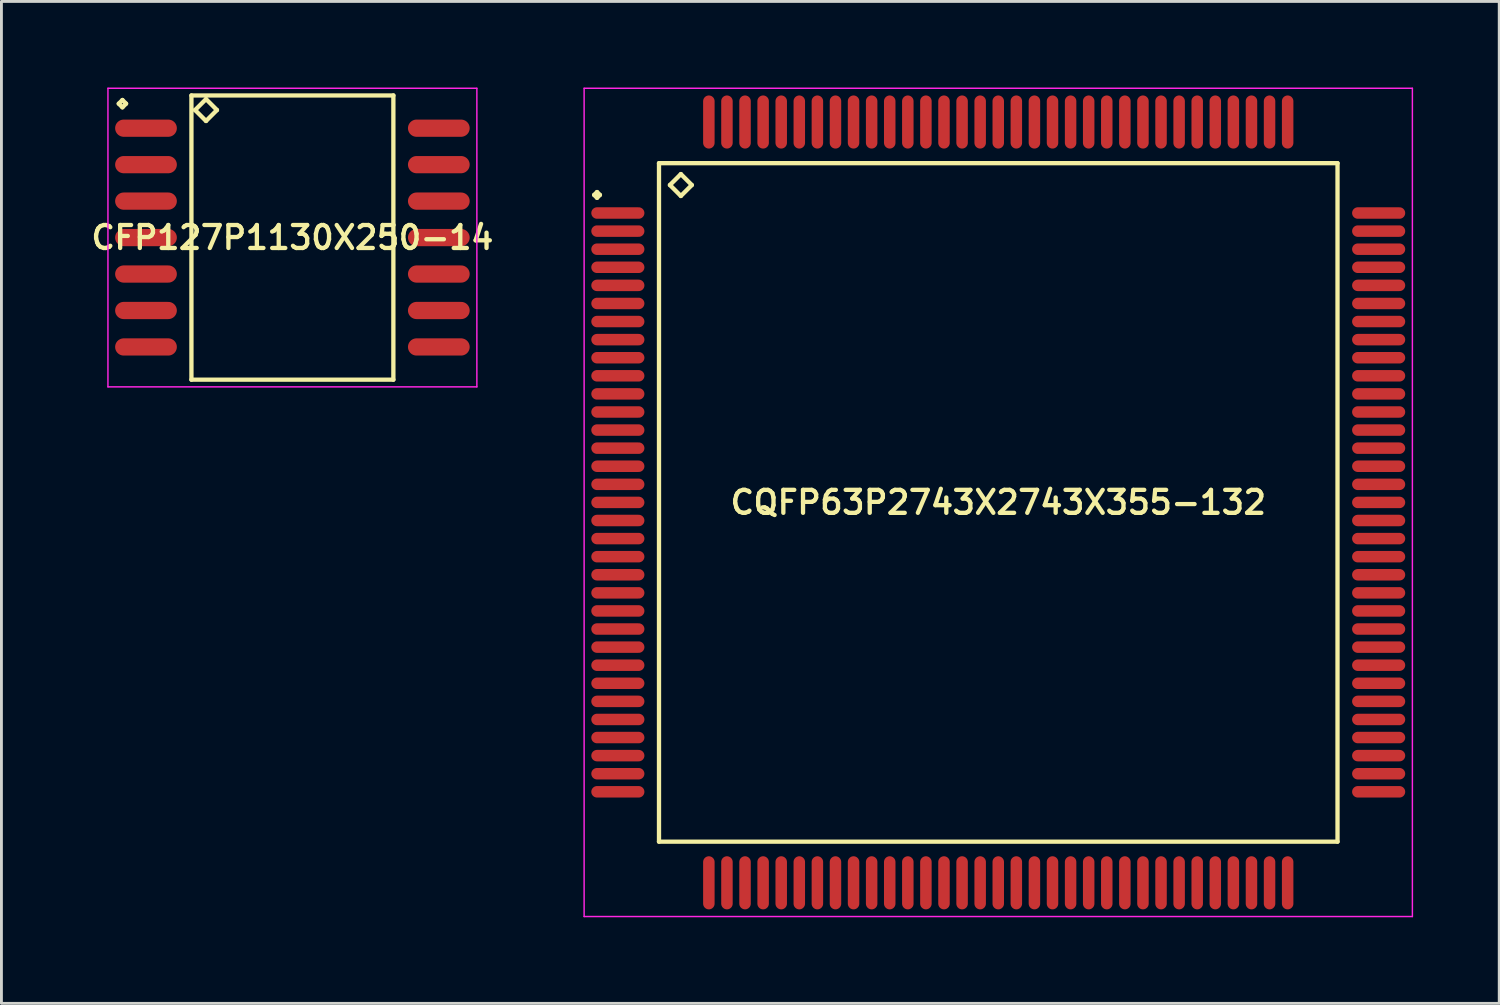
<source format=kicad_pcb>
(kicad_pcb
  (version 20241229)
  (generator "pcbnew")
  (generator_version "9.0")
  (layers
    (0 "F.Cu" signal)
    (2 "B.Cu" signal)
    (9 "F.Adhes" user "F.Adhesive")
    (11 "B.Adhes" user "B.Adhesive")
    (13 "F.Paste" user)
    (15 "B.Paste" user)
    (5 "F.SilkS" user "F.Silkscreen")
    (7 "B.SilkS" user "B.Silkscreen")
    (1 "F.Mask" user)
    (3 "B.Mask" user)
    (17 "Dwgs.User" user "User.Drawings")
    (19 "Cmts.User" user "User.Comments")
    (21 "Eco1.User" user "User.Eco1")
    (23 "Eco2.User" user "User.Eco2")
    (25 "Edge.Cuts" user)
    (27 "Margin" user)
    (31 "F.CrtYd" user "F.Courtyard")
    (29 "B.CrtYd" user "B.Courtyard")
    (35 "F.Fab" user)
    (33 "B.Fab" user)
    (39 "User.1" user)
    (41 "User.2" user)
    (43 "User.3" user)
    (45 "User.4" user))
  (footprint "CQFP63P2743X2743X355-132"
    (layer "F.Cu")
    (at 31.721 14.45)
    (property "Reference" "CQFP63P2743X2743X355-132" (at 0 0 0) (layer "F.SilkS") (effects (font (size 0.8 0.8) (thickness 0.15))))
    (attr smd)
    (fp_line (start -14.075 -10.71) (end -13.975 -10.81) (stroke (width 0.15) (type solid)) (layer "F.SilkS"))
    (fp_line (start -13.975 -10.81) (end -13.875 -10.71) (stroke (width 0.15) (type solid)) (layer "F.SilkS"))
    (fp_line (start -13.975 -10.61) (end -14.075 -10.71) (stroke (width 0.15) (type solid)) (layer "F.SilkS"))
    (fp_line (start -13.875 -10.71) (end -13.975 -10.61) (stroke (width 0.15) (type solid)) (layer "F.SilkS"))
    (fp_line (start -11.817 -11.817) (end -11.817 11.817) (stroke (width 0.15) (type solid)) (layer "F.SilkS"))
    (fp_line (start -11.817 11.817) (end 11.817 11.817) (stroke (width 0.15) (type solid)) (layer "F.SilkS"))
    (fp_line (start -11.436 -11.055) (end -11.055 -11.436) (stroke (width 0.15) (type solid)) (layer "F.SilkS"))
    (fp_line (start -11.055 -11.436) (end -10.674 -11.055) (stroke (width 0.15) (type solid)) (layer "F.SilkS"))
    (fp_line (start -11.055 -10.674) (end -11.436 -11.055) (stroke (width 0.15) (type solid)) (layer "F.SilkS"))
    (fp_line (start -10.674 -11.055) (end -11.055 -10.674) (stroke (width 0.15) (type solid)) (layer "F.SilkS"))
    (fp_line (start 11.817 -11.817) (end -11.817 -11.817) (stroke (width 0.15) (type solid)) (layer "F.SilkS"))
    (fp_line (start 11.817 11.817) (end 11.817 -11.817) (stroke (width 0.15) (type solid)) (layer "F.SilkS"))
    (fp_line (start -14.425 -14.425) (end 14.425 -14.425) (stroke (width 0.05) (type solid)) (layer "F.CrtYd"))
    (fp_line (start -14.425 14.425) (end -14.425 -14.425) (stroke (width 0.05) (type solid)) (layer "F.CrtYd"))
    (fp_line (start 14.425 -14.425) (end 14.425 14.425) (stroke (width 0.05) (type solid)) (layer "F.CrtYd"))
    (fp_line (start 14.425 14.425) (end -14.425 14.425) (stroke (width 0.05) (type solid)) (layer "F.CrtYd"))
    (pad "1" smd oval (at -13.25 -10.08) (size 1.85 0.4) (layers "F.Cu" "F.Mask" "F.Paste"))
    (pad "2" smd oval (at -13.25 -9.45) (size 1.85 0.4) (layers "F.Cu" "F.Mask" "F.Paste"))
    (pad "3" smd oval (at -13.25 -8.82) (size 1.85 0.4) (layers "F.Cu" "F.Mask" "F.Paste"))
    (pad "4" smd oval (at -13.25 -8.19) (size 1.85 0.4) (layers "F.Cu" "F.Mask" "F.Paste"))
    (pad "5" smd oval (at -13.25 -7.56) (size 1.85 0.4) (layers "F.Cu" "F.Mask" "F.Paste"))
    (pad "6" smd oval (at -13.25 -6.93) (size 1.85 0.4) (layers "F.Cu" "F.Mask" "F.Paste"))
    (pad "7" smd oval (at -13.25 -6.3) (size 1.85 0.4) (layers "F.Cu" "F.Mask" "F.Paste"))
    (pad "8" smd oval (at -13.25 -5.67) (size 1.85 0.4) (layers "F.Cu" "F.Mask" "F.Paste"))
    (pad "9" smd oval (at -13.25 -5.04) (size 1.85 0.4) (layers "F.Cu" "F.Mask" "F.Paste"))
    (pad "10" smd oval (at -13.25 -4.41) (size 1.85 0.4) (layers "F.Cu" "F.Mask" "F.Paste"))
    (pad "11" smd oval (at -13.25 -3.78) (size 1.85 0.4) (layers "F.Cu" "F.Mask" "F.Paste"))
    (pad "12" smd oval (at -13.25 -3.15) (size 1.85 0.4) (layers "F.Cu" "F.Mask" "F.Paste"))
    (pad "13" smd oval (at -13.25 -2.52) (size 1.85 0.4) (layers "F.Cu" "F.Mask" "F.Paste"))
    (pad "14" smd oval (at -13.25 -1.89) (size 1.85 0.4) (layers "F.Cu" "F.Mask" "F.Paste"))
    (pad "15" smd oval (at -13.25 -1.26) (size 1.85 0.4) (layers "F.Cu" "F.Mask" "F.Paste"))
    (pad "16" smd oval (at -13.25 -0.63) (size 1.85 0.4) (layers "F.Cu" "F.Mask" "F.Paste"))
    (pad "17" smd oval (at -13.25 0) (size 1.85 0.4) (layers "F.Cu" "F.Mask" "F.Paste"))
    (pad "18" smd oval (at -13.25 0.63) (size 1.85 0.4) (layers "F.Cu" "F.Mask" "F.Paste"))
    (pad "19" smd oval (at -13.25 1.26) (size 1.85 0.4) (layers "F.Cu" "F.Mask" "F.Paste"))
    (pad "20" smd oval (at -13.25 1.89) (size 1.85 0.4) (layers "F.Cu" "F.Mask" "F.Paste"))
    (pad "21" smd oval (at -13.25 2.52) (size 1.85 0.4) (layers "F.Cu" "F.Mask" "F.Paste"))
    (pad "22" smd oval (at -13.25 3.15) (size 1.85 0.4) (layers "F.Cu" "F.Mask" "F.Paste"))
    (pad "23" smd oval (at -13.25 3.78) (size 1.85 0.4) (layers "F.Cu" "F.Mask" "F.Paste"))
    (pad "24" smd oval (at -13.25 4.41) (size 1.85 0.4) (layers "F.Cu" "F.Mask" "F.Paste"))
    (pad "25" smd oval (at -13.25 5.04) (size 1.85 0.4) (layers "F.Cu" "F.Mask" "F.Paste"))
    (pad "26" smd oval (at -13.25 5.67) (size 1.85 0.4) (layers "F.Cu" "F.Mask" "F.Paste"))
    (pad "27" smd oval (at -13.25 6.3) (size 1.85 0.4) (layers "F.Cu" "F.Mask" "F.Paste"))
    (pad "28" smd oval (at -13.25 6.93) (size 1.85 0.4) (layers "F.Cu" "F.Mask" "F.Paste"))
    (pad "29" smd oval (at -13.25 7.56) (size 1.85 0.4) (layers "F.Cu" "F.Mask" "F.Paste"))
    (pad "30" smd oval (at -13.25 8.19) (size 1.85 0.4) (layers "F.Cu" "F.Mask" "F.Paste"))
    (pad "31" smd oval (at -13.25 8.82) (size 1.85 0.4) (layers "F.Cu" "F.Mask" "F.Paste"))
    (pad "32" smd oval (at -13.25 9.45) (size 1.85 0.4) (layers "F.Cu" "F.Mask" "F.Paste"))
    (pad "33" smd oval (at -13.25 10.08) (size 1.85 0.4) (layers "F.Cu" "F.Mask" "F.Paste"))
    (pad "34" smd oval (at -10.08 13.25) (size 0.4 1.85) (layers "F.Cu" "F.Mask" "F.Paste"))
    (pad "35" smd oval (at -9.45 13.25) (size 0.4 1.85) (layers "F.Cu" "F.Mask" "F.Paste"))
    (pad "36" smd oval (at -8.82 13.25) (size 0.4 1.85) (layers "F.Cu" "F.Mask" "F.Paste"))
    (pad "37" smd oval (at -8.19 13.25) (size 0.4 1.85) (layers "F.Cu" "F.Mask" "F.Paste"))
    (pad "38" smd oval (at -7.56 13.25) (size 0.4 1.85) (layers "F.Cu" "F.Mask" "F.Paste"))
    (pad "39" smd oval (at -6.93 13.25) (size 0.4 1.85) (layers "F.Cu" "F.Mask" "F.Paste"))
    (pad "40" smd oval (at -6.3 13.25) (size 0.4 1.85) (layers "F.Cu" "F.Mask" "F.Paste"))
    (pad "41" smd oval (at -5.67 13.25) (size 0.4 1.85) (layers "F.Cu" "F.Mask" "F.Paste"))
    (pad "42" smd oval (at -5.04 13.25) (size 0.4 1.85) (layers "F.Cu" "F.Mask" "F.Paste"))
    (pad "43" smd oval (at -4.41 13.25) (size 0.4 1.85) (layers "F.Cu" "F.Mask" "F.Paste"))
    (pad "44" smd oval (at -3.78 13.25) (size 0.4 1.85) (layers "F.Cu" "F.Mask" "F.Paste"))
    (pad "45" smd oval (at -3.15 13.25) (size 0.4 1.85) (layers "F.Cu" "F.Mask" "F.Paste"))
    (pad "46" smd oval (at -2.52 13.25) (size 0.4 1.85) (layers "F.Cu" "F.Mask" "F.Paste"))
    (pad "47" smd oval (at -1.89 13.25) (size 0.4 1.85) (layers "F.Cu" "F.Mask" "F.Paste"))
    (pad "48" smd oval (at -1.26 13.25) (size 0.4 1.85) (layers "F.Cu" "F.Mask" "F.Paste"))
    (pad "49" smd oval (at -0.63 13.25) (size 0.4 1.85) (layers "F.Cu" "F.Mask" "F.Paste"))
    (pad "50" smd oval (at 0 13.25) (size 0.4 1.85) (layers "F.Cu" "F.Mask" "F.Paste"))
    (pad "51" smd oval (at 0.63 13.25) (size 0.4 1.85) (layers "F.Cu" "F.Mask" "F.Paste"))
    (pad "52" smd oval (at 1.26 13.25) (size 0.4 1.85) (layers "F.Cu" "F.Mask" "F.Paste"))
    (pad "53" smd oval (at 1.89 13.25) (size 0.4 1.85) (layers "F.Cu" "F.Mask" "F.Paste"))
    (pad "54" smd oval (at 2.52 13.25) (size 0.4 1.85) (layers "F.Cu" "F.Mask" "F.Paste"))
    (pad "55" smd oval (at 3.15 13.25) (size 0.4 1.85) (layers "F.Cu" "F.Mask" "F.Paste"))
    (pad "56" smd oval (at 3.78 13.25) (size 0.4 1.85) (layers "F.Cu" "F.Mask" "F.Paste"))
    (pad "57" smd oval (at 4.41 13.25) (size 0.4 1.85) (layers "F.Cu" "F.Mask" "F.Paste"))
    (pad "58" smd oval (at 5.04 13.25) (size 0.4 1.85) (layers "F.Cu" "F.Mask" "F.Paste"))
    (pad "59" smd oval (at 5.67 13.25) (size 0.4 1.85) (layers "F.Cu" "F.Mask" "F.Paste"))
    (pad "60" smd oval (at 6.3 13.25) (size 0.4 1.85) (layers "F.Cu" "F.Mask" "F.Paste"))
    (pad "61" smd oval (at 6.93 13.25) (size 0.4 1.85) (layers "F.Cu" "F.Mask" "F.Paste"))
    (pad "62" smd oval (at 7.56 13.25) (size 0.4 1.85) (layers "F.Cu" "F.Mask" "F.Paste"))
    (pad "63" smd oval (at 8.19 13.25) (size 0.4 1.85) (layers "F.Cu" "F.Mask" "F.Paste"))
    (pad "64" smd oval (at 8.82 13.25) (size 0.4 1.85) (layers "F.Cu" "F.Mask" "F.Paste"))
    (pad "65" smd oval (at 9.45 13.25) (size 0.4 1.85) (layers "F.Cu" "F.Mask" "F.Paste"))
    (pad "66" smd oval (at 10.08 13.25) (size 0.4 1.85) (layers "F.Cu" "F.Mask" "F.Paste"))
    (pad "67" smd oval (at 13.25 10.08) (size 1.85 0.4) (layers "F.Cu" "F.Mask" "F.Paste"))
    (pad "68" smd oval (at 13.25 9.45) (size 1.85 0.4) (layers "F.Cu" "F.Mask" "F.Paste"))
    (pad "69" smd oval (at 13.25 8.82) (size 1.85 0.4) (layers "F.Cu" "F.Mask" "F.Paste"))
    (pad "70" smd oval (at 13.25 8.19) (size 1.85 0.4) (layers "F.Cu" "F.Mask" "F.Paste"))
    (pad "71" smd oval (at 13.25 7.56) (size 1.85 0.4) (layers "F.Cu" "F.Mask" "F.Paste"))
    (pad "72" smd oval (at 13.25 6.93) (size 1.85 0.4) (layers "F.Cu" "F.Mask" "F.Paste"))
    (pad "73" smd oval (at 13.25 6.3) (size 1.85 0.4) (layers "F.Cu" "F.Mask" "F.Paste"))
    (pad "74" smd oval (at 13.25 5.67) (size 1.85 0.4) (layers "F.Cu" "F.Mask" "F.Paste"))
    (pad "75" smd oval (at 13.25 5.04) (size 1.85 0.4) (layers "F.Cu" "F.Mask" "F.Paste"))
    (pad "76" smd oval (at 13.25 4.41) (size 1.85 0.4) (layers "F.Cu" "F.Mask" "F.Paste"))
    (pad "77" smd oval (at 13.25 3.78) (size 1.85 0.4) (layers "F.Cu" "F.Mask" "F.Paste"))
    (pad "78" smd oval (at 13.25 3.15) (size 1.85 0.4) (layers "F.Cu" "F.Mask" "F.Paste"))
    (pad "79" smd oval (at 13.25 2.52) (size 1.85 0.4) (layers "F.Cu" "F.Mask" "F.Paste"))
    (pad "80" smd oval (at 13.25 1.89) (size 1.85 0.4) (layers "F.Cu" "F.Mask" "F.Paste"))
    (pad "81" smd oval (at 13.25 1.26) (size 1.85 0.4) (layers "F.Cu" "F.Mask" "F.Paste"))
    (pad "82" smd oval (at 13.25 0.63) (size 1.85 0.4) (layers "F.Cu" "F.Mask" "F.Paste"))
    (pad "83" smd oval (at 13.25 0) (size 1.85 0.4) (layers "F.Cu" "F.Mask" "F.Paste"))
    (pad "84" smd oval (at 13.25 -0.63) (size 1.85 0.4) (layers "F.Cu" "F.Mask" "F.Paste"))
    (pad "85" smd oval (at 13.25 -1.26) (size 1.85 0.4) (layers "F.Cu" "F.Mask" "F.Paste"))
    (pad "86" smd oval (at 13.25 -1.89) (size 1.85 0.4) (layers "F.Cu" "F.Mask" "F.Paste"))
    (pad "87" smd oval (at 13.25 -2.52) (size 1.85 0.4) (layers "F.Cu" "F.Mask" "F.Paste"))
    (pad "88" smd oval (at 13.25 -3.15) (size 1.85 0.4) (layers "F.Cu" "F.Mask" "F.Paste"))
    (pad "89" smd oval (at 13.25 -3.78) (size 1.85 0.4) (layers "F.Cu" "F.Mask" "F.Paste"))
    (pad "90" smd oval (at 13.25 -4.41) (size 1.85 0.4) (layers "F.Cu" "F.Mask" "F.Paste"))
    (pad "91" smd oval (at 13.25 -5.04) (size 1.85 0.4) (layers "F.Cu" "F.Mask" "F.Paste"))
    (pad "92" smd oval (at 13.25 -5.67) (size 1.85 0.4) (layers "F.Cu" "F.Mask" "F.Paste"))
    (pad "93" smd oval (at 13.25 -6.3) (size 1.85 0.4) (layers "F.Cu" "F.Mask" "F.Paste"))
    (pad "94" smd oval (at 13.25 -6.93) (size 1.85 0.4) (layers "F.Cu" "F.Mask" "F.Paste"))
    (pad "95" smd oval (at 13.25 -7.56) (size 1.85 0.4) (layers "F.Cu" "F.Mask" "F.Paste"))
    (pad "96" smd oval (at 13.25 -8.19) (size 1.85 0.4) (layers "F.Cu" "F.Mask" "F.Paste"))
    (pad "97" smd oval (at 13.25 -8.82) (size 1.85 0.4) (layers "F.Cu" "F.Mask" "F.Paste"))
    (pad "98" smd oval (at 13.25 -9.45) (size 1.85 0.4) (layers "F.Cu" "F.Mask" "F.Paste"))
    (pad "99" smd oval (at 13.25 -10.08) (size 1.85 0.4) (layers "F.Cu" "F.Mask" "F.Paste"))
    (pad "100" smd oval (at 10.08 -13.25) (size 0.4 1.85) (layers "F.Cu" "F.Mask" "F.Paste"))
    (pad "101" smd oval (at 9.45 -13.25) (size 0.4 1.85) (layers "F.Cu" "F.Mask" "F.Paste"))
    (pad "102" smd oval (at 8.82 -13.25) (size 0.4 1.85) (layers "F.Cu" "F.Mask" "F.Paste"))
    (pad "103" smd oval (at 8.19 -13.25) (size 0.4 1.85) (layers "F.Cu" "F.Mask" "F.Paste"))
    (pad "104" smd oval (at 7.56 -13.25) (size 0.4 1.85) (layers "F.Cu" "F.Mask" "F.Paste"))
    (pad "105" smd oval (at 6.93 -13.25) (size 0.4 1.85) (layers "F.Cu" "F.Mask" "F.Paste"))
    (pad "106" smd oval (at 6.3 -13.25) (size 0.4 1.85) (layers "F.Cu" "F.Mask" "F.Paste"))
    (pad "107" smd oval (at 5.67 -13.25) (size 0.4 1.85) (layers "F.Cu" "F.Mask" "F.Paste"))
    (pad "108" smd oval (at 5.04 -13.25) (size 0.4 1.85) (layers "F.Cu" "F.Mask" "F.Paste"))
    (pad "109" smd oval (at 4.41 -13.25) (size 0.4 1.85) (layers "F.Cu" "F.Mask" "F.Paste"))
    (pad "110" smd oval (at 3.78 -13.25) (size 0.4 1.85) (layers "F.Cu" "F.Mask" "F.Paste"))
    (pad "111" smd oval (at 3.15 -13.25) (size 0.4 1.85) (layers "F.Cu" "F.Mask" "F.Paste"))
    (pad "112" smd oval (at 2.52 -13.25) (size 0.4 1.85) (layers "F.Cu" "F.Mask" "F.Paste"))
    (pad "113" smd oval (at 1.89 -13.25) (size 0.4 1.85) (layers "F.Cu" "F.Mask" "F.Paste"))
    (pad "114" smd oval (at 1.26 -13.25) (size 0.4 1.85) (layers "F.Cu" "F.Mask" "F.Paste"))
    (pad "115" smd oval (at 0.63 -13.25) (size 0.4 1.85) (layers "F.Cu" "F.Mask" "F.Paste"))
    (pad "116" smd oval (at 0 -13.25) (size 0.4 1.85) (layers "F.Cu" "F.Mask" "F.Paste"))
    (pad "117" smd oval (at -0.63 -13.25) (size 0.4 1.85) (layers "F.Cu" "F.Mask" "F.Paste"))
    (pad "118" smd oval (at -1.26 -13.25) (size 0.4 1.85) (layers "F.Cu" "F.Mask" "F.Paste"))
    (pad "119" smd oval (at -1.89 -13.25) (size 0.4 1.85) (layers "F.Cu" "F.Mask" "F.Paste"))
    (pad "120" smd oval (at -2.52 -13.25) (size 0.4 1.85) (layers "F.Cu" "F.Mask" "F.Paste"))
    (pad "121" smd oval (at -3.15 -13.25) (size 0.4 1.85) (layers "F.Cu" "F.Mask" "F.Paste"))
    (pad "122" smd oval (at -3.78 -13.25) (size 0.4 1.85) (layers "F.Cu" "F.Mask" "F.Paste"))
    (pad "123" smd oval (at -4.41 -13.25) (size 0.4 1.85) (layers "F.Cu" "F.Mask" "F.Paste"))
    (pad "124" smd oval (at -5.04 -13.25) (size 0.4 1.85) (layers "F.Cu" "F.Mask" "F.Paste"))
    (pad "125" smd oval (at -5.67 -13.25) (size 0.4 1.85) (layers "F.Cu" "F.Mask" "F.Paste"))
    (pad "126" smd oval (at -6.3 -13.25) (size 0.4 1.85) (layers "F.Cu" "F.Mask" "F.Paste"))
    (pad "127" smd oval (at -6.93 -13.25) (size 0.4 1.85) (layers "F.Cu" "F.Mask" "F.Paste"))
    (pad "128" smd oval (at -7.56 -13.25) (size 0.4 1.85) (layers "F.Cu" "F.Mask" "F.Paste"))
    (pad "129" smd oval (at -8.19 -13.25) (size 0.4 1.85) (layers "F.Cu" "F.Mask" "F.Paste"))
    (pad "130" smd oval (at -8.82 -13.25) (size 0.4 1.85) (layers "F.Cu" "F.Mask" "F.Paste"))
    (pad "131" smd oval (at -9.45 -13.25) (size 0.4 1.85) (layers "F.Cu" "F.Mask" "F.Paste"))
    (pad "132" smd oval (at -10.08 -13.25) (size 0.4 1.85) (layers "F.Cu" "F.Mask" "F.Paste")))
  (footprint "CFP127P1130X250-14"
    (layer "F.Cu")
    (at 7.135 5.225)
    (property "Reference" "CFP127P1130X250-14" (at 0 0 0) (layer "F.SilkS") (effects (font (size 0.8 0.8) (thickness 0.15))))
    (attr smd)
    (fp_line (start -6.048 -4.664) (end -5.921 -4.791) (stroke (width 0.15) (type solid)) (layer "F.SilkS"))
    (fp_line (start -5.921 -4.791) (end -5.794 -4.664) (stroke (width 0.15) (type solid)) (layer "F.SilkS"))
    (fp_line (start -5.921 -4.537) (end -6.048 -4.664) (stroke (width 0.15) (type solid)) (layer "F.SilkS"))
    (fp_line (start -5.794 -4.664) (end -5.921 -4.537) (stroke (width 0.15) (type solid)) (layer "F.SilkS"))
    (fp_line (start -3.517 -4.95) (end -3.517 4.95) (stroke (width 0.15) (type solid)) (layer "F.SilkS"))
    (fp_line (start -3.517 4.95) (end 3.517 4.95) (stroke (width 0.15) (type solid)) (layer "F.SilkS"))
    (fp_line (start -3.39 -4.442) (end -3.009 -4.823) (stroke (width 0.15) (type solid)) (layer "F.SilkS"))
    (fp_line (start -3.009 -4.823) (end -2.628 -4.442) (stroke (width 0.15) (type solid)) (layer "F.SilkS"))
    (fp_line (start -3.009 -4.061) (end -3.39 -4.442) (stroke (width 0.15) (type solid)) (layer "F.SilkS"))
    (fp_line (start -2.628 -4.442) (end -3.009 -4.061) (stroke (width 0.15) (type solid)) (layer "F.SilkS"))
    (fp_line (start 3.517 -4.95) (end -3.517 -4.95) (stroke (width 0.15) (type solid)) (layer "F.SilkS"))
    (fp_line (start 3.517 4.95) (end 3.517 -4.95) (stroke (width 0.15) (type solid)) (layer "F.SilkS"))
    (fp_line (start -6.425 -5.2) (end 6.425 -5.2) (stroke (width 0.05) (type solid)) (layer "F.CrtYd"))
    (fp_line (start -6.425 5.2) (end -6.425 -5.2) (stroke (width 0.05) (type solid)) (layer "F.CrtYd"))
    (fp_line (start 6.425 -5.2) (end 6.425 5.2) (stroke (width 0.05) (type solid)) (layer "F.CrtYd"))
    (fp_line (start 6.425 5.2) (end -6.425 5.2) (stroke (width 0.05) (type solid)) (layer "F.CrtYd"))
    (pad "1" smd oval (at -5.1 -3.81) (size 2.15 0.6) (layers "F.Cu" "F.Mask" "F.Paste"))
    (pad "2" smd oval (at -5.1 -2.54) (size 2.15 0.6) (layers "F.Cu" "F.Mask" "F.Paste"))
    (pad "3" smd oval (at -5.1 -1.27) (size 2.15 0.6) (layers "F.Cu" "F.Mask" "F.Paste"))
    (pad "4" smd oval (at -5.1 0) (size 2.15 0.6) (layers "F.Cu" "F.Mask" "F.Paste"))
    (pad "5" smd oval (at -5.1 1.27) (size 2.15 0.6) (layers "F.Cu" "F.Mask" "F.Paste"))
    (pad "6" smd oval (at -5.1 2.54) (size 2.15 0.6) (layers "F.Cu" "F.Mask" "F.Paste"))
    (pad "7" smd oval (at -5.1 3.81) (size 2.15 0.6) (layers "F.Cu" "F.Mask" "F.Paste"))
    (pad "8" smd oval (at 5.1 3.81) (size 2.15 0.6) (layers "F.Cu" "F.Mask" "F.Paste"))
    (pad "9" smd oval (at 5.1 2.54) (size 2.15 0.6) (layers "F.Cu" "F.Mask" "F.Paste"))
    (pad "10" smd oval (at 5.1 1.27) (size 2.15 0.6) (layers "F.Cu" "F.Mask" "F.Paste"))
    (pad "11" smd oval (at 5.1 0) (size 2.15 0.6) (layers "F.Cu" "F.Mask" "F.Paste"))
    (pad "12" smd oval (at 5.1 -1.27) (size 2.15 0.6) (layers "F.Cu" "F.Mask" "F.Paste"))
    (pad "13" smd oval (at 5.1 -2.54) (size 2.15 0.6) (layers "F.Cu" "F.Mask" "F.Paste"))
    (pad "14" smd oval (at 5.1 -3.81) (size 2.15 0.6) (layers "F.Cu" "F.Mask" "F.Paste")))
  (gr_rect
    (start -3 -3)
    (end 49.171 31.9)
    (stroke (width 0.1) (type default))
    (fill no)
    (layer "Edge.Cuts")))
</source>
